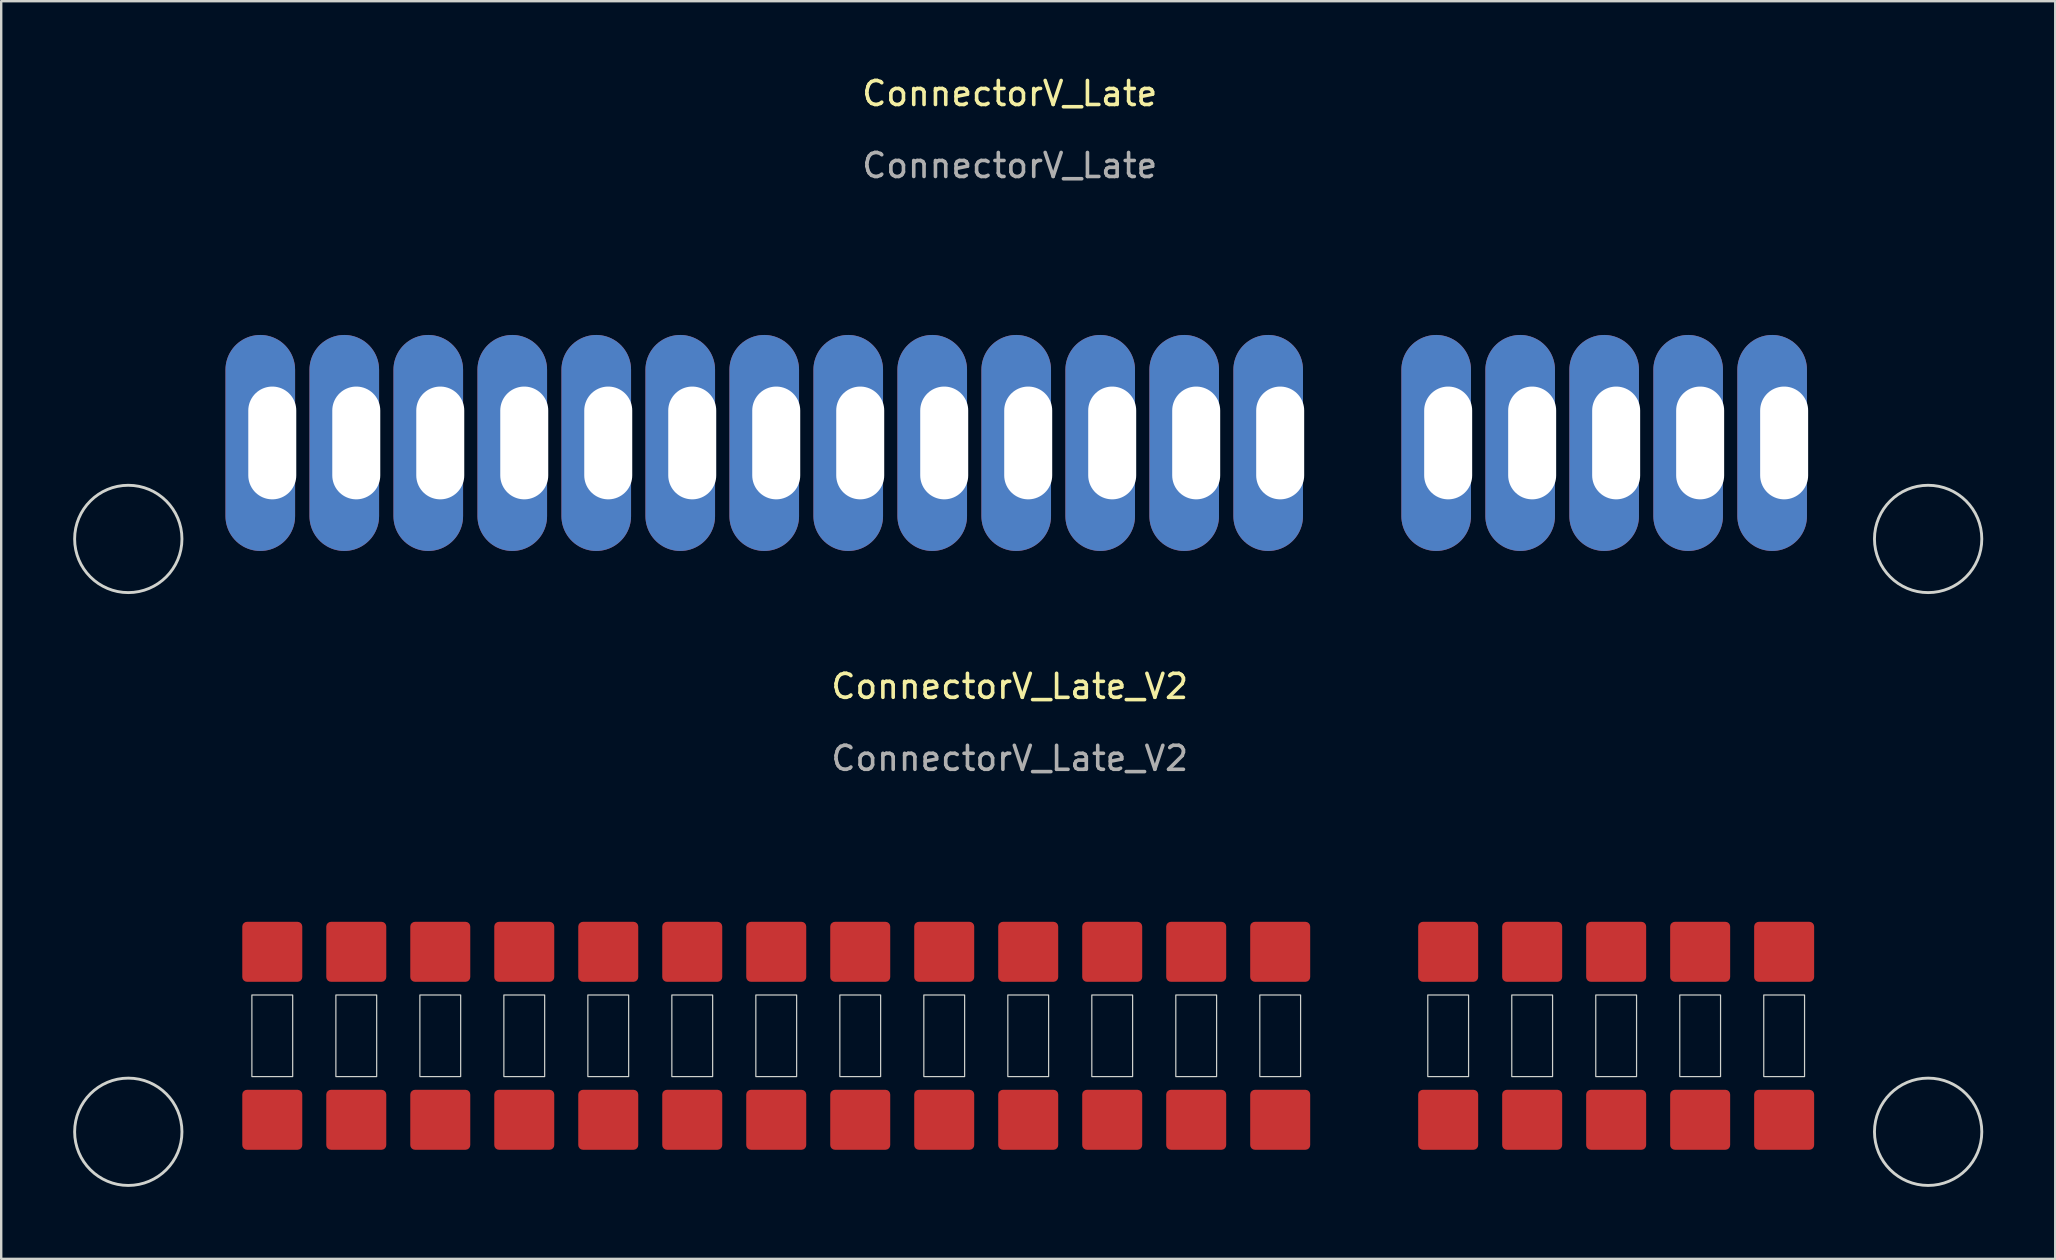
<source format=kicad_pcb>
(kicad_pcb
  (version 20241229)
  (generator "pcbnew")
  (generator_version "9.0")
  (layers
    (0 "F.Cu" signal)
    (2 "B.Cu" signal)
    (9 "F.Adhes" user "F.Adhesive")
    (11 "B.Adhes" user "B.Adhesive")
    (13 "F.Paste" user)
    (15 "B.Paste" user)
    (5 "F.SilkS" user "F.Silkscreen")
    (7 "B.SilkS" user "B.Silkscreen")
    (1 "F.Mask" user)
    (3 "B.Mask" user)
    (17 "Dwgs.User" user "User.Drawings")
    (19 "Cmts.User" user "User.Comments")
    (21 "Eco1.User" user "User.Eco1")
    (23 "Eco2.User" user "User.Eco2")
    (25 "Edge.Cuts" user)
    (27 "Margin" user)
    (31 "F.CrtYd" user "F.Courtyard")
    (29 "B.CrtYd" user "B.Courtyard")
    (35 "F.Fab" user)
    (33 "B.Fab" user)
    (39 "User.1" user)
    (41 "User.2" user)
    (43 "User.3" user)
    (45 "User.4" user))
  (footprint "ConnectorV_Late"
    (layer "F.Cu")
    (at 71.296 15.408)
    (property "Reference" "ConnectorV_Late" (at -32.27 -14.56 0) (unlocked yes) (layer "F.SilkS") (effects (font (size 1 1) (thickness 0.15))))
    (attr through_hole)
    (fp_circle (center -69 4) (end -68 6) (stroke (width 0.12) (type default)) (fill no) (layer "Edge.Cuts"))
    (fp_circle (center 6 4) (end 7 6) (stroke (width 0.12) (type default)) (fill no) (layer "Edge.Cuts"))
    (fp_text user "${REFERENCE}" (at -32.27 -11.56 0) (unlocked yes) (layer "F.Fab") (effects (font (size 1 1) (thickness 0.15))))
    (pad "1" thru_hole oval (at 0 0) (size 2.9 9) (drill oval 2 4.7 (offset -0.5 0)) (layers "*.Cu" "*.Mask"))
    (pad "2" thru_hole oval (at -3.5 0) (size 2.9 9) (drill oval 2 4.7 (offset -0.5 0)) (layers "*.Cu" "*.Mask"))
    (pad "3" thru_hole oval (at -7 0) (size 2.9 9) (drill oval 2 4.7 (offset -0.5 0)) (layers "*.Cu" "*.Mask"))
    (pad "4" thru_hole oval (at -10.5 0) (size 2.9 9) (drill oval 2 4.7 (offset -0.5 0)) (layers "*.Cu" "*.Mask"))
    (pad "5" thru_hole oval (at -14 0) (size 2.9 9) (drill oval 2 4.7 (offset -0.5 0)) (layers "*.Cu" "*.Mask"))
    (pad "7" thru_hole oval (at -21 0) (size 2.9 9) (drill oval 2 4.7 (offset -0.5 0)) (layers "*.Cu" "*.Mask"))
    (pad "8" thru_hole oval (at -24.5 0) (size 2.9 9) (drill oval 2 4.7 (offset -0.5 0)) (layers "*.Cu" "*.Mask"))
    (pad "9" thru_hole oval (at -28 0) (size 2.9 9) (drill oval 2 4.7 (offset -0.5 0)) (layers "*.Cu" "*.Mask"))
    (pad "10" thru_hole oval (at -31.5 0) (size 2.9 9) (drill oval 2 4.7 (offset -0.5 0)) (layers "*.Cu" "*.Mask"))
    (pad "11" thru_hole oval (at -35 0) (size 2.9 9) (drill oval 2 4.7 (offset -0.5 0)) (layers "*.Cu" "*.Mask"))
    (pad "12" thru_hole oval (at -38.5 0) (size 2.9 9) (drill oval 2 4.7 (offset -0.5 0)) (layers "*.Cu" "*.Mask"))
    (pad "13" thru_hole oval (at -42 0) (size 2.9 9) (drill oval 2 4.7 (offset -0.5 0)) (layers "*.Cu" "*.Mask"))
    (pad "14" thru_hole oval (at -45.5 0) (size 2.9 9) (drill oval 2 4.7 (offset -0.5 0)) (layers "*.Cu" "*.Mask"))
    (pad "15" thru_hole oval (at -49 0) (size 2.9 9) (drill oval 2 4.7 (offset -0.5 0)) (layers "*.Cu" "*.Mask"))
    (pad "16" thru_hole oval (at -52.5 0) (size 2.9 9) (drill oval 2 4.7 (offset -0.5 0)) (layers "*.Cu" "*.Mask"))
    (pad "17" thru_hole oval (at -56 0) (size 2.9 9) (drill oval 2 4.7 (offset -0.5 0)) (layers "*.Cu" "*.Mask"))
    (pad "18" thru_hole oval (at -59.5 0) (size 2.9 9) (drill oval 2 4.7 (offset -0.5 0)) (layers "*.Cu" "*.Mask"))
    (pad "19" thru_hole oval (at -63 0) (size 2.9 9) (drill oval 2 4.7 (offset -0.5 0)) (layers "*.Cu" "*.Mask")))
  (footprint "ConnectorV_Late_V2"
    (layer "F.Cu")
    (at 71.296 40.112)
    (property "Reference" "ConnectorV_Late_V2" (at -32.27 -14.56 0) (unlocked yes) (layer "F.SilkS") (effects (font (size 1 1) (thickness 0.15))))
    (attr through_hole)
    (fp_rect (start -63.85 -1.7) (end -62.15 1.7) (stroke (width 0.05) (type solid)) (fill no) (layer "Edge.Cuts"))
    (fp_rect (start -60.35 -1.7) (end -58.65 1.7) (stroke (width 0.05) (type solid)) (fill no) (layer "Edge.Cuts"))
    (fp_rect (start -56.85 -1.7) (end -55.15 1.7) (stroke (width 0.05) (type solid)) (fill no) (layer "Edge.Cuts"))
    (fp_rect (start -53.35 -1.7) (end -51.65 1.7) (stroke (width 0.05) (type solid)) (fill no) (layer "Edge.Cuts"))
    (fp_rect (start -49.85 -1.7) (end -48.15 1.7) (stroke (width 0.05) (type solid)) (fill no) (layer "Edge.Cuts"))
    (fp_rect (start -46.35 -1.7) (end -44.65 1.7) (stroke (width 0.05) (type solid)) (fill no) (layer "Edge.Cuts"))
    (fp_rect (start -42.85 -1.7) (end -41.15 1.7) (stroke (width 0.05) (type solid)) (fill no) (layer "Edge.Cuts"))
    (fp_rect (start -39.35 -1.7) (end -37.65 1.7) (stroke (width 0.05) (type solid)) (fill no) (layer "Edge.Cuts"))
    (fp_rect (start -35.85 -1.7) (end -34.15 1.7) (stroke (width 0.05) (type solid)) (fill no) (layer "Edge.Cuts"))
    (fp_rect (start -32.35 -1.7) (end -30.65 1.7) (stroke (width 0.05) (type solid)) (fill no) (layer "Edge.Cuts"))
    (fp_rect (start -28.85 -1.7) (end -27.15 1.7) (stroke (width 0.05) (type solid)) (fill no) (layer "Edge.Cuts"))
    (fp_rect (start -25.35 -1.7) (end -23.65 1.7) (stroke (width 0.05) (type solid)) (fill no) (layer "Edge.Cuts"))
    (fp_rect (start -21.85 -1.7) (end -20.15 1.7) (stroke (width 0.05) (type solid)) (fill no) (layer "Edge.Cuts"))
    (fp_rect (start -14.85 -1.7) (end -13.15 1.7) (stroke (width 0.05) (type solid)) (fill no) (layer "Edge.Cuts"))
    (fp_rect (start -11.35 -1.7) (end -9.65 1.7) (stroke (width 0.05) (type solid)) (fill no) (layer "Edge.Cuts"))
    (fp_rect (start -7.85 -1.7) (end -6.15 1.7) (stroke (width 0.05) (type solid)) (fill no) (layer "Edge.Cuts"))
    (fp_rect (start -4.35 -1.7) (end -2.65 1.7) (stroke (width 0.05) (type solid)) (fill no) (layer "Edge.Cuts"))
    (fp_rect (start -0.85 -1.7) (end 0.85 1.7) (stroke (width 0.05) (type solid)) (fill no) (layer "Edge.Cuts"))
    (fp_circle (center -69 4) (end -68 6) (stroke (width 0.12) (type default)) (fill no) (layer "Edge.Cuts"))
    (fp_circle (center 6 4) (end 7 6) (stroke (width 0.12) (type default)) (fill no) (layer "Edge.Cuts"))
    (fp_text user "${REFERENCE}" (at -32.27 -11.56 0) (unlocked yes) (layer "F.Fab") (effects (font (size 1 1) (thickness 0.15))))
    (pad "1" smd roundrect (at 0 -3.5 90) (size 2.5 2.5) (layers "F.Cu" "F.Mask" "F.Paste") (roundrect_rratio 0.079))
    (pad "1" smd roundrect (at 0 3.5 90) (size 2.5 2.5) (layers "F.Cu" "F.Mask" "F.Paste") (roundrect_rratio 0.079))
    (pad "2" smd roundrect (at -3.5 -3.5 90) (size 2.5 2.5) (layers "F.Cu" "F.Mask" "F.Paste") (roundrect_rratio 0.079))
    (pad "2" smd roundrect (at -3.5 3.5 90) (size 2.5 2.5) (layers "F.Cu" "F.Mask" "F.Paste") (roundrect_rratio 0.079))
    (pad "3" smd roundrect (at -7 -3.5 90) (size 2.5 2.5) (layers "F.Cu" "F.Mask" "F.Paste") (roundrect_rratio 0.079))
    (pad "3" smd roundrect (at -7 3.5 90) (size 2.5 2.5) (layers "F.Cu" "F.Mask" "F.Paste") (roundrect_rratio 0.079))
    (pad "4" smd roundrect (at -10.5 -3.5 90) (size 2.5 2.5) (layers "F.Cu" "F.Mask" "F.Paste") (roundrect_rratio 0.079))
    (pad "4" smd roundrect (at -10.5 3.5 90) (size 2.5 2.5) (layers "F.Cu" "F.Mask" "F.Paste") (roundrect_rratio 0.079))
    (pad "5" smd roundrect (at -14 -3.5 90) (size 2.5 2.5) (layers "F.Cu" "F.Mask" "F.Paste") (roundrect_rratio 0.079))
    (pad "5" smd roundrect (at -14 3.5 90) (size 2.5 2.5) (layers "F.Cu" "F.Mask" "F.Paste") (roundrect_rratio 0.079))
    (pad "7" smd roundrect (at -21 -3.5 90) (size 2.5 2.5) (layers "F.Cu" "F.Mask" "F.Paste") (roundrect_rratio 0.079))
    (pad "7" smd roundrect (at -21 3.5 90) (size 2.5 2.5) (layers "F.Cu" "F.Mask" "F.Paste") (roundrect_rratio 0.079))
    (pad "8" smd roundrect (at -24.5 -3.5 90) (size 2.5 2.5) (layers "F.Cu" "F.Mask" "F.Paste") (roundrect_rratio 0.079))
    (pad "8" smd roundrect (at -24.5 3.5 90) (size 2.5 2.5) (layers "F.Cu" "F.Mask" "F.Paste") (roundrect_rratio 0.079))
    (pad "9" smd roundrect (at -28 -3.5 90) (size 2.5 2.5) (layers "F.Cu" "F.Mask" "F.Paste") (roundrect_rratio 0.079))
    (pad "9" smd roundrect (at -28 3.5 90) (size 2.5 2.5) (layers "F.Cu" "F.Mask" "F.Paste") (roundrect_rratio 0.079))
    (pad "10" smd roundrect (at -31.5 -3.5 90) (size 2.5 2.5) (layers "F.Cu" "F.Mask" "F.Paste") (roundrect_rratio 0.079))
    (pad "10" smd roundrect (at -31.5 3.5 90) (size 2.5 2.5) (layers "F.Cu" "F.Mask" "F.Paste") (roundrect_rratio 0.079))
    (pad "11" smd roundrect (at -35 -3.5 90) (size 2.5 2.5) (layers "F.Cu" "F.Mask" "F.Paste") (roundrect_rratio 0.079))
    (pad "11" smd roundrect (at -35 3.5 90) (size 2.5 2.5) (layers "F.Cu" "F.Mask" "F.Paste") (roundrect_rratio 0.079))
    (pad "12" smd roundrect (at -38.5 -3.5 90) (size 2.5 2.5) (layers "F.Cu" "F.Mask" "F.Paste") (roundrect_rratio 0.079))
    (pad "12" smd roundrect (at -38.5 3.5 90) (size 2.5 2.5) (layers "F.Cu" "F.Mask" "F.Paste") (roundrect_rratio 0.079))
    (pad "13" smd roundrect (at -42 -3.5 90) (size 2.5 2.5) (layers "F.Cu" "F.Mask" "F.Paste") (roundrect_rratio 0.079))
    (pad "13" smd roundrect (at -42 3.5 90) (size 2.5 2.5) (layers "F.Cu" "F.Mask" "F.Paste") (roundrect_rratio 0.079))
    (pad "14" smd roundrect (at -45.5 -3.5 90) (size 2.5 2.5) (layers "F.Cu" "F.Mask" "F.Paste") (roundrect_rratio 0.079))
    (pad "14" smd roundrect (at -45.5 3.5 90) (size 2.5 2.5) (layers "F.Cu" "F.Mask" "F.Paste") (roundrect_rratio 0.079))
    (pad "15" smd roundrect (at -49 -3.5 90) (size 2.5 2.5) (layers "F.Cu" "F.Mask" "F.Paste") (roundrect_rratio 0.079))
    (pad "15" smd roundrect (at -49 3.5 90) (size 2.5 2.5) (layers "F.Cu" "F.Mask" "F.Paste") (roundrect_rratio 0.079))
    (pad "16" smd roundrect (at -52.5 -3.5 90) (size 2.5 2.5) (layers "F.Cu" "F.Mask" "F.Paste") (roundrect_rratio 0.079))
    (pad "16" smd roundrect (at -52.5 3.5 90) (size 2.5 2.5) (layers "F.Cu" "F.Mask" "F.Paste") (roundrect_rratio 0.079))
    (pad "17" smd roundrect (at -56 -3.5 90) (size 2.5 2.5) (layers "F.Cu" "F.Mask" "F.Paste") (roundrect_rratio 0.079))
    (pad "17" smd roundrect (at -56 3.5 90) (size 2.5 2.5) (layers "F.Cu" "F.Mask" "F.Paste") (roundrect_rratio 0.079))
    (pad "18" smd roundrect (at -59.5 -3.5 90) (size 2.5 2.5) (layers "F.Cu" "F.Mask" "F.Paste") (roundrect_rratio 0.079))
    (pad "18" smd roundrect (at -59.5 3.5 90) (size 2.5 2.5) (layers "F.Cu" "F.Mask" "F.Paste") (roundrect_rratio 0.079))
    (pad "19" smd roundrect (at -63 -3.5 90) (size 2.5 2.5) (layers "F.Cu" "F.Mask" "F.Paste") (roundrect_rratio 0.079))
    (pad "19" smd roundrect (at -63 3.5 90) (size 2.5 2.5) (layers "F.Cu" "F.Mask" "F.Paste") (roundrect_rratio 0.079)))
  (gr_rect
    (start -3 -3)
    (end 82.592 49.408)
    (stroke (width 0.1) (type default))
    (fill no)
    (layer "Edge.Cuts")))
</source>
